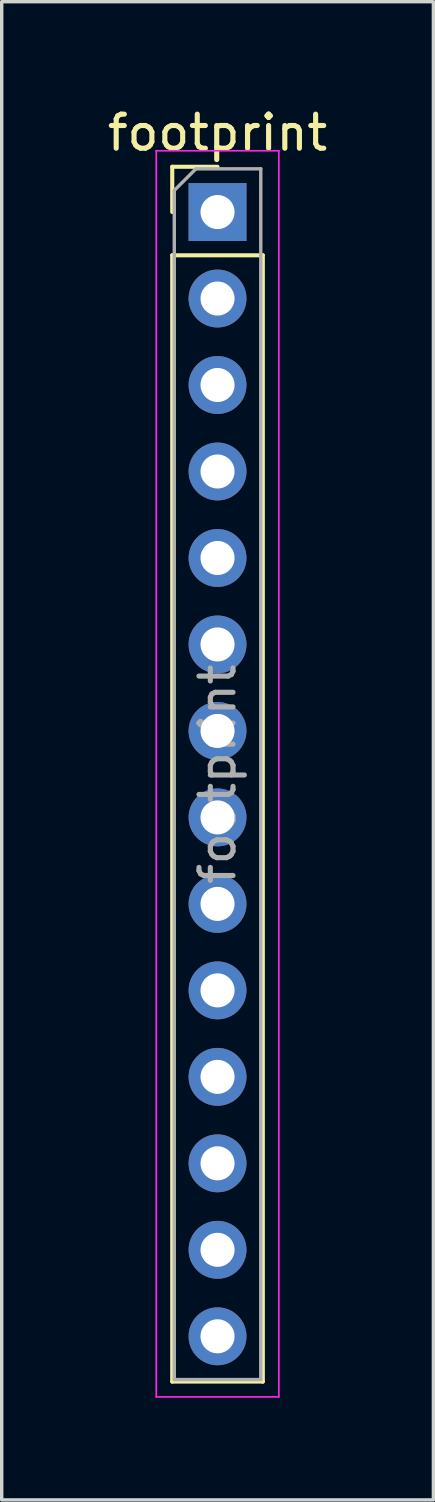
<source format=kicad_pcb>
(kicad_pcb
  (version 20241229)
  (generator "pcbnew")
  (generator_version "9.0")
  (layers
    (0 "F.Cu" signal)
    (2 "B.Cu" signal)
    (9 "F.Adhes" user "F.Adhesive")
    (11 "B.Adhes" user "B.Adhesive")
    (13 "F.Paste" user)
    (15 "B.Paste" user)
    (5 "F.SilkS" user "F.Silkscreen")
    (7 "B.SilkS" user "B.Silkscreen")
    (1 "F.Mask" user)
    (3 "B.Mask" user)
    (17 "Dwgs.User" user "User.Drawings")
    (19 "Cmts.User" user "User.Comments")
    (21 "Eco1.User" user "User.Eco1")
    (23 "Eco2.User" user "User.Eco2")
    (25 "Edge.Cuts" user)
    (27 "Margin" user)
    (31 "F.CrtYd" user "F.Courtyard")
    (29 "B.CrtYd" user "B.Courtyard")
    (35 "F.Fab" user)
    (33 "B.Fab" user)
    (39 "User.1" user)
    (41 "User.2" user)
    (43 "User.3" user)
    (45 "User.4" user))
  (footprint "footprint"
    (layer "F.Cu")
    (at 3.339 3.178)
    (property "Reference" "footprint" (at 0 -2.33 0) (layer "F.SilkS") (effects (font (size 1 1) (thickness 0.15))))
    (attr through_hole)
    (fp_line (start -1.33 -1.33) (end 0 -1.33) (stroke (width 0.12) (type solid)) (layer "F.SilkS"))
    (fp_line (start -1.33 0) (end -1.33 -1.33) (stroke (width 0.12) (type solid)) (layer "F.SilkS"))
    (fp_line (start -1.33 1.27) (end -1.33 34.35) (stroke (width 0.12) (type solid)) (layer "F.SilkS"))
    (fp_line (start -1.33 1.27) (end 1.33 1.27) (stroke (width 0.12) (type solid)) (layer "F.SilkS"))
    (fp_line (start -1.33 34.35) (end 1.33 34.35) (stroke (width 0.12) (type solid)) (layer "F.SilkS"))
    (fp_line (start 1.33 1.27) (end 1.33 34.35) (stroke (width 0.12) (type solid)) (layer "F.SilkS"))
    (fp_line (start -1.8 -1.8) (end -1.8 34.8) (stroke (width 0.05) (type solid)) (layer "F.CrtYd"))
    (fp_line (start -1.8 34.8) (end 1.8 34.8) (stroke (width 0.05) (type solid)) (layer "F.CrtYd"))
    (fp_line (start 1.8 -1.8) (end -1.8 -1.8) (stroke (width 0.05) (type solid)) (layer "F.CrtYd"))
    (fp_line (start 1.8 34.8) (end 1.8 -1.8) (stroke (width 0.05) (type solid)) (layer "F.CrtYd"))
    (fp_line (start -1.27 -0.635) (end -0.635 -1.27) (stroke (width 0.1) (type solid)) (layer "F.Fab"))
    (fp_line (start -1.27 34.29) (end -1.27 -0.635) (stroke (width 0.1) (type solid)) (layer "F.Fab"))
    (fp_line (start -0.635 -1.27) (end 1.27 -1.27) (stroke (width 0.1) (type solid)) (layer "F.Fab"))
    (fp_line (start 1.27 -1.27) (end 1.27 34.29) (stroke (width 0.1) (type solid)) (layer "F.Fab"))
    (fp_line (start 1.27 34.29) (end -1.27 34.29) (stroke (width 0.1) (type solid)) (layer "F.Fab"))
    (fp_text user "${REFERENCE}" (at 0 16.51 90) (layer "F.Fab") (effects (font (size 1 1) (thickness 0.15))))
    (pad "1" thru_hole rect (at 0 0) (size 1.7 1.7) (drill 1) (layers "*.Cu" "*.Mask"))
    (pad "2" thru_hole oval (at 0 2.54) (size 1.7 1.7) (drill 1) (layers "*.Cu" "*.Mask"))
    (pad "3" thru_hole oval (at 0 5.08) (size 1.7 1.7) (drill 1) (layers "*.Cu" "*.Mask"))
    (pad "4" thru_hole oval (at 0 7.62) (size 1.7 1.7) (drill 1) (layers "*.Cu" "*.Mask"))
    (pad "5" thru_hole oval (at 0 10.16) (size 1.7 1.7) (drill 1) (layers "*.Cu" "*.Mask"))
    (pad "6" thru_hole oval (at 0 12.7) (size 1.7 1.7) (drill 1) (layers "*.Cu" "*.Mask"))
    (pad "7" thru_hole oval (at 0 15.24) (size 1.7 1.7) (drill 1) (layers "*.Cu" "*.Mask"))
    (pad "8" thru_hole oval (at 0 17.78) (size 1.7 1.7) (drill 1) (layers "*.Cu" "*.Mask"))
    (pad "9" thru_hole oval (at 0 20.32) (size 1.7 1.7) (drill 1) (layers "*.Cu" "*.Mask"))
    (pad "10" thru_hole oval (at 0 22.86) (size 1.7 1.7) (drill 1) (layers "*.Cu" "*.Mask"))
    (pad "11" thru_hole oval (at 0 25.4) (size 1.7 1.7) (drill 1) (layers "*.Cu" "*.Mask"))
    (pad "12" thru_hole oval (at 0 27.94) (size 1.7 1.7) (drill 1) (layers "*.Cu" "*.Mask"))
    (pad "13" thru_hole oval (at 0 30.48) (size 1.7 1.7) (drill 1) (layers "*.Cu" "*.Mask"))
    (pad "14" thru_hole oval (at 0 33.02) (size 1.7 1.7) (drill 1) (layers "*.Cu" "*.Mask")))
  (gr_rect
    (start -3 -3)
    (end 9.679 41.003)
    (stroke (width 0.1) (type default))
    (fill no)
    (layer "Edge.Cuts")))
</source>
